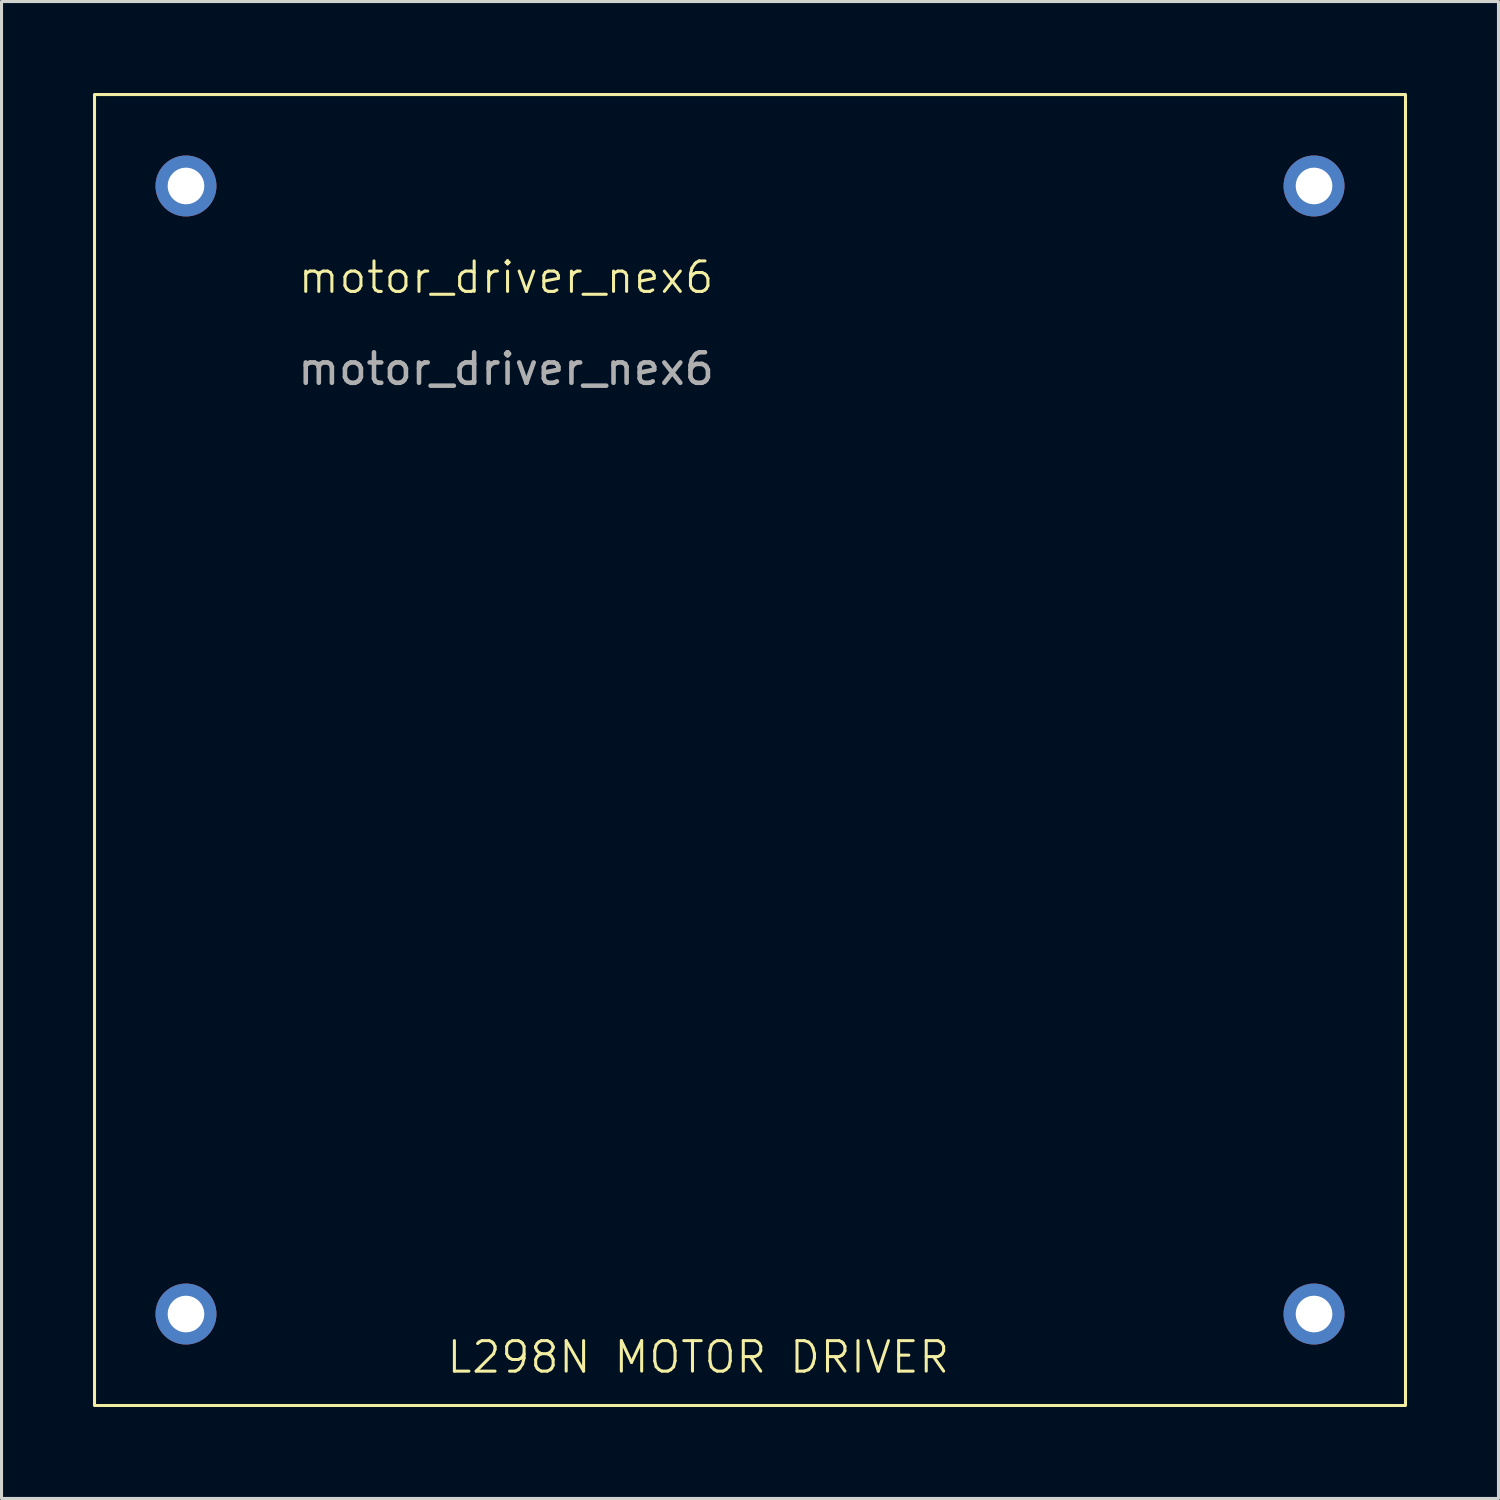
<source format=kicad_pcb>
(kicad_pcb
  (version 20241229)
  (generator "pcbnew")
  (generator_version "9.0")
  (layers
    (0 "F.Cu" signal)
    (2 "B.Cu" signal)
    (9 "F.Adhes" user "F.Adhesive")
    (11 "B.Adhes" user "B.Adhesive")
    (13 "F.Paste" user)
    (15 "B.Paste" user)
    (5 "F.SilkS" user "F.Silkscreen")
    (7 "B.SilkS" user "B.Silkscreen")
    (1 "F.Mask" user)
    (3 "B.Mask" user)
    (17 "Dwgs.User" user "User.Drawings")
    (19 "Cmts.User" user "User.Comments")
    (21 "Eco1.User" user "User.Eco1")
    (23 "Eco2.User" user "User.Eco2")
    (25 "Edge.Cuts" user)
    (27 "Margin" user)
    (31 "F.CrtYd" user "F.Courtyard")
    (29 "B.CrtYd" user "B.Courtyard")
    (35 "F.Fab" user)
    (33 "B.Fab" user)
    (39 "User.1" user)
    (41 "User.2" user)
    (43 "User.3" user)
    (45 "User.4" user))
  (footprint "motor_driver_nex6"
    (layer "F.Cu")
    (at 13.55 6.55)
    (property "Reference" "motor_driver_nex6" (at 0 -0.5 0) (unlocked yes) (layer "F.SilkS") (effects (font (size 1 1) (thickness 0.1))))
    (attr through_hole)
    (fp_rect (start -13.5 -6.5) (end 29.5 36.5) (stroke (width 0.1) (type default)) (fill no) (layer "F.SilkS"))
    (fp_text user "L298N MOTOR DRIVER" (at -2 35.5 0) (unlocked yes) (layer "F.SilkS") (effects (font (size 1 1) (thickness 0.1)) (justify left bottom)))
    (fp_text user "${REFERENCE}" (at 0 2.5 0) (unlocked yes) (layer "F.Fab") (effects (font (size 1 1) (thickness 0.15))))
    (pad "1" thru_hole circle (at 26.5 -3.5) (size 2 2) (drill 1.2) (layers "*.Cu" "*.Mask"))
    (pad "2" thru_hole circle (at -10.5 -3.5) (size 2 2) (drill 1.2) (layers "*.Cu" "*.Mask"))
    (pad "3" thru_hole circle (at -10.5 33.5) (size 2 2) (drill 1.2) (layers "*.Cu" "*.Mask"))
    (pad "4" thru_hole circle (at 26.5 33.5) (size 2 2) (drill 1.2) (layers "*.Cu" "*.Mask")))
  (gr_rect
    (start -3 -3)
    (end 46.1 46.1)
    (stroke (width 0.1) (type default))
    (fill no)
    (layer "Edge.Cuts")))
</source>
